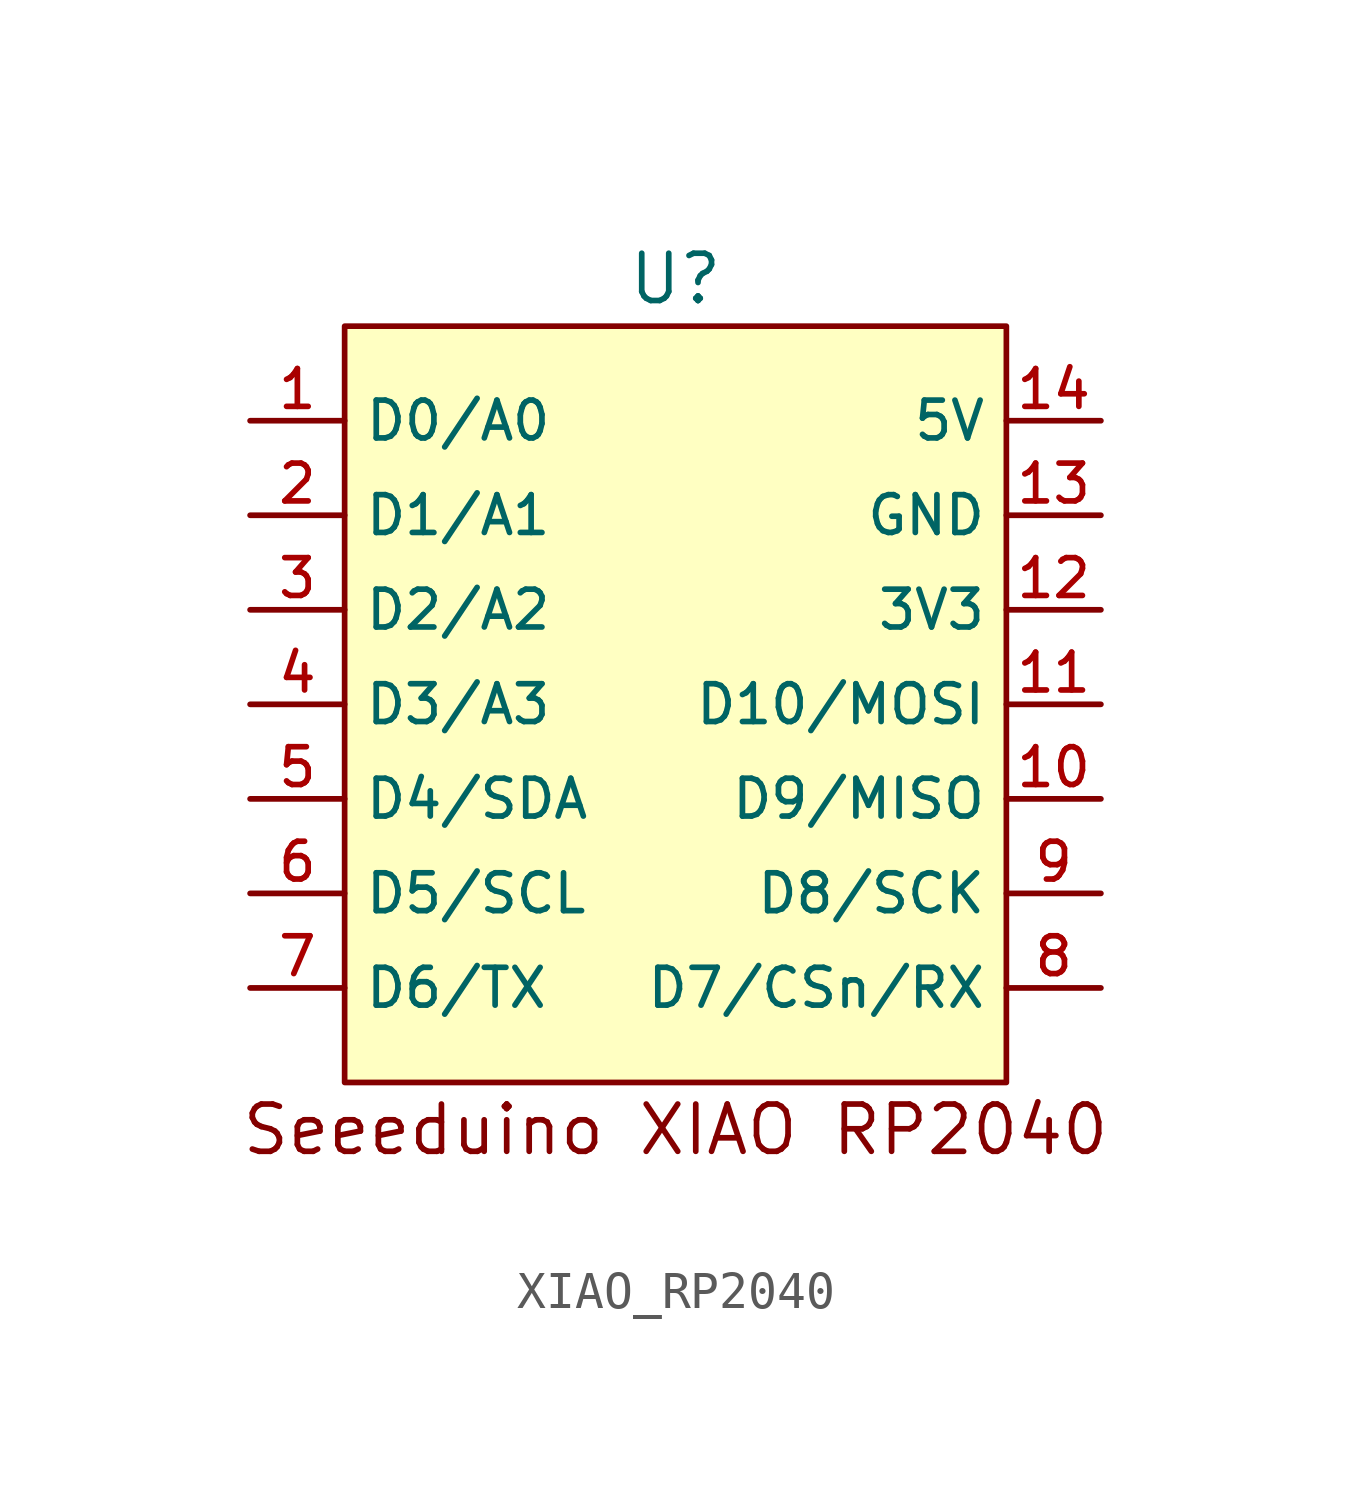
<source format=kicad_sym>
(kicad_symbol_lib
  (version 20220914)
  (generator kicad_symbol_editor)
  (symbol "XIAO_RP2040"
    (property "Reference" "U"
      (at 0 0 0)
      (effects (font (size 1.27 1.27))))
    (property "Value" ""
      (at 0 0 0)
      (effects (font (size 1.27 1.27))))
    (symbol "XIAO_RP2040_1_0"
      (pin bidirectional line (at -11.43 -3.81 0) (length 2.54) (name "D0/A0" (effects (font (size 1.016 1.016)))) (number "1" (effects (font (size 1.016 1.016)))))
      (pin bidirectional line (at 11.43 -13.97 180) (length 2.54) (name "D9/MISO" (effects (font (size 1.016 1.016)))) (number "10" (effects (font (size 1.016 1.016)))))
      (pin bidirectional line (at 11.43 -11.43 180) (length 2.54) (name "D10/MOSI" (effects (font (size 1.016 1.016)))) (number "11" (effects (font (size 1.016 1.016)))))
      (pin power_out line (at 11.43 -8.89 180) (length 2.54) (name "3V3" (effects (font (size 1.016 1.016)))) (number "12" (effects (font (size 1.016 1.016)))))
      (pin power_out line (at 11.43 -6.35 180) (length 2.54) (name "GND" (effects (font (size 1.016 1.016)))) (number "13" (effects (font (size 1.016 1.016)))))
      (pin power_in line (at 11.43 -3.81 180) (length 2.54) (name "5V" (effects (font (size 1.016 1.016)))) (number "14" (effects (font (size 1.016 1.016)))))
      (pin bidirectional line (at -11.43 -6.35 0) (length 2.54) (name "D1/A1" (effects (font (size 1.016 1.016)))) (number "2" (effects (font (size 1.016 1.016)))))
      (pin bidirectional line (at -11.43 -8.89 0) (length 2.54) (name "D2/A2" (effects (font (size 1.016 1.016)))) (number "3" (effects (font (size 1.016 1.016)))))
      (pin bidirectional line (at -11.43 -11.43 0) (length 2.54) (name "D3/A3" (effects (font (size 1.016 1.016)))) (number "4" (effects (font (size 1.016 1.016)))))
      (pin bidirectional line (at -11.43 -13.97 0) (length 2.54) (name "D4/SDA" (effects (font (size 1.016 1.016)))) (number "5" (effects (font (size 1.016 1.016)))))
      (pin bidirectional line (at -11.43 -16.51 0) (length 2.54) (name "D5/SCL" (effects (font (size 1.016 1.016)))) (number "6" (effects (font (size 1.016 1.016)))))
      (pin bidirectional line (at -11.43 -19.05 0) (length 2.54) (name "D6/TX" (effects (font (size 1.016 1.016)))) (number "7" (effects (font (size 1.016 1.016)))))
      (pin bidirectional line (at 11.43 -19.05 180) (length 2.54) (name "D7/CSn/RX" (effects (font (size 1.016 1.016)))) (number "8" (effects (font (size 1.016 1.016)))))
      (pin bidirectional line (at 11.43 -16.51 180) (length 2.54) (name "D8/SCK" (effects (font (size 1.016 1.016)))) (number "9" (effects (font (size 1.016 1.016))))))
    (symbol "XIAO_RP2040_1_1"
      (rectangle (start -8.89 -1.27) (end 8.89 -21.59) (stroke (width 0) (type default)) (fill (type background)))
      (text "Seeeduino XIAO RP2040" (at 0 -22.86 0) (effects (font (size 1.27 1.27)))))))
</source>
